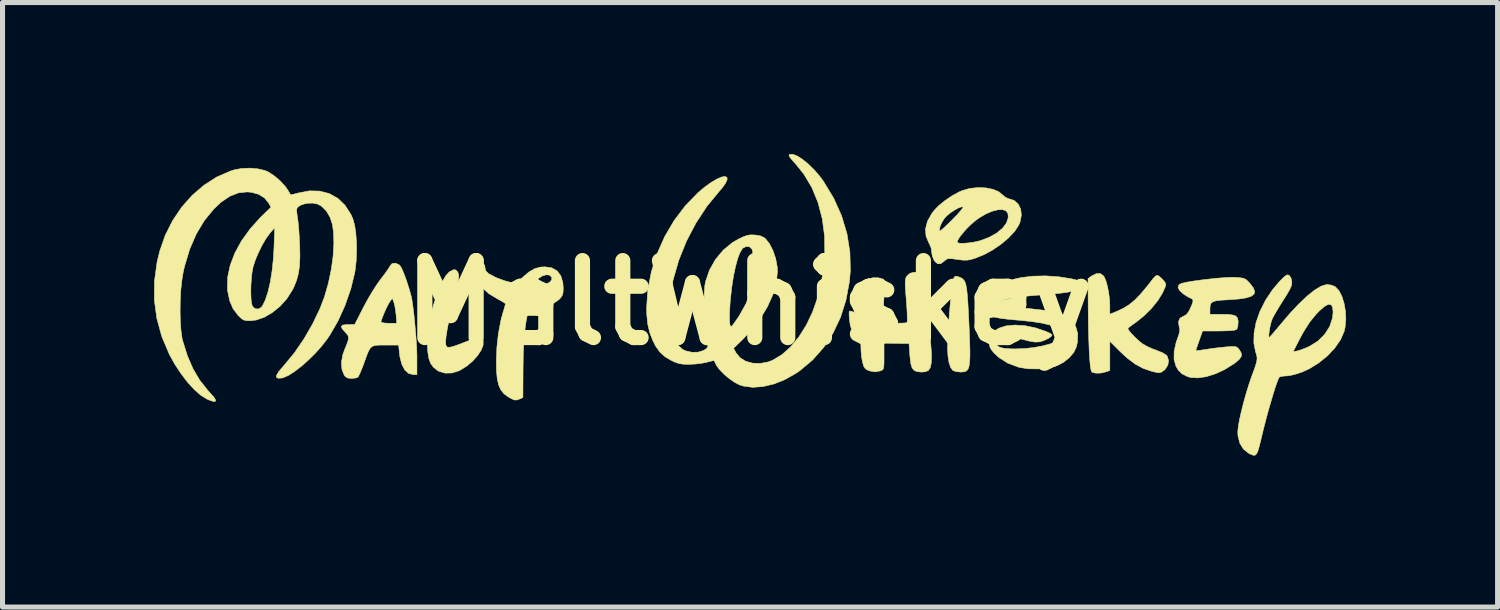
<source format=kicad_pcb>
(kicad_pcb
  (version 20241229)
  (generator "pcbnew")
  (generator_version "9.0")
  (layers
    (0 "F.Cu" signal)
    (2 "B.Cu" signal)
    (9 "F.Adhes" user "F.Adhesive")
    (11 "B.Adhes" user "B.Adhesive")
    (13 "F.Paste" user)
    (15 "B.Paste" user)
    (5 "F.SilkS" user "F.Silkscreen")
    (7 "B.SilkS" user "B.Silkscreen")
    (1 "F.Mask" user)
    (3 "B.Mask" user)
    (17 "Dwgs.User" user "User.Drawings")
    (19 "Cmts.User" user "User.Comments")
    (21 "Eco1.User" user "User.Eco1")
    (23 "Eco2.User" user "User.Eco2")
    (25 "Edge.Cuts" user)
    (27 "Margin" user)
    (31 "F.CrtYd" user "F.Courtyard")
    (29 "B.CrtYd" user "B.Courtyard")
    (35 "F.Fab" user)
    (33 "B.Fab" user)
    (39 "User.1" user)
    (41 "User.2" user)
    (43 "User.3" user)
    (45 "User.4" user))
  (footprint "MaltWhiskey"
    (layer "F.Cu")
    (at 11.782 2.943)
    (property "Reference" "MaltWhiskey" (at 0 0 0) (layer "F.SilkS") (effects (font (size 1.524 1.524) (thickness 0.3))))
    (attr through_hole)
    (fp_poly (pts (xy 4.177 -0.501) (xy 4.215 -0.48) (xy 4.246 -0.451) (xy 4.27 -0.41) (xy 4.289 -0.351) (xy 4.304 -0.267) (xy 4.316 -0.152) (xy 4.327 -0.002) (xy 4.338 0.191) (xy 4.343 0.292) (xy 4.355 0.554) (xy 4.363 0.77) (xy 4.368 0.945) (xy 4.367 1.081) (xy 4.361 1.186) (xy 4.349 1.261) (xy 4.33 1.313) (xy 4.303 1.346) (xy 4.269 1.363) (xy 4.225 1.37) (xy 4.182 1.372) (xy 4.103 1.364) (xy 4.04 1.345) (xy 4.028 1.338) (xy 3.986 1.281) (xy 3.954 1.184) (xy 3.933 1.055) (xy 3.925 0.906) (xy 3.926 0.851) (xy 3.935 0.632) (xy 3.947 0.416) (xy 3.962 0.207) (xy 3.979 0.013) (xy 3.996 -0.161) (xy 4.015 -0.307) (xy 4.033 -0.42) (xy 4.051 -0.493) (xy 4.063 -0.517) (xy 4.105 -0.526) (xy 4.177 -0.501)) (stroke (width 0.01) (type solid)) (fill yes) (layer "F.SilkS"))
    (fp_poly (pts (xy -5.799 -0.639) (xy -5.78 -0.62) (xy -5.759 -0.582) (xy -5.751 -0.522) (xy -5.758 -0.434) (xy -5.78 -0.312) (xy -5.818 -0.152) (xy -5.858 0) (xy -5.908 0.195) (xy -5.95 0.378) (xy -5.982 0.541) (xy -6.003 0.677) (xy -6.011 0.779) (xy -6.007 0.833) (xy -5.994 0.865) (xy -5.969 0.881) (xy -5.926 0.881) (xy -5.857 0.864) (xy -5.754 0.828) (xy -5.62 0.776) (xy -5.488 0.726) (xy -5.395 0.697) (xy -5.333 0.689) (xy -5.295 0.701) (xy -5.273 0.733) (xy -5.267 0.754) (xy -5.269 0.841) (xy -5.31 0.943) (xy -5.382 1.051) (xy -5.479 1.158) (xy -5.594 1.255) (xy -5.72 1.333) (xy -5.753 1.349) (xy -5.887 1.39) (xy -6.021 1.393) (xy -6.139 1.359) (xy -6.173 1.34) (xy -6.252 1.276) (xy -6.307 1.202) (xy -6.342 1.106) (xy -6.363 0.979) (xy -6.372 0.843) (xy -6.373 0.683) (xy -6.365 0.537) (xy -6.343 0.393) (xy -6.306 0.234) (xy -6.252 0.047) (xy -6.235 -0.006) (xy -6.156 -0.232) (xy -6.081 -0.408) (xy -6.009 -0.534) (xy -5.94 -0.609) (xy -5.919 -0.622) (xy -5.86 -0.651) (xy -5.827 -0.656) (xy -5.799 -0.639)) (stroke (width 0.01) (type solid)) (fill yes) (layer "F.SilkS"))
    (fp_poly (pts (xy 6.951 -0.577) (xy 7.014 -0.53) (xy 7.022 -0.519) (xy 7.058 -0.44) (xy 7.09 -0.325) (xy 7.116 -0.188) (xy 7.133 -0.046) (xy 7.137 0.056) (xy 7.137 0.226) (xy 7.271 0.172) (xy 7.402 0.111) (xy 7.52 0.038) (xy 7.632 -0.054) (xy 7.748 -0.174) (xy 7.877 -0.328) (xy 7.934 -0.401) (xy 7.996 -0.481) (xy 8.037 -0.525) (xy 8.067 -0.542) (xy 8.093 -0.537) (xy 8.111 -0.526) (xy 8.166 -0.479) (xy 8.213 -0.426) (xy 8.236 -0.391) (xy 8.245 -0.361) (xy 8.237 -0.321) (xy 8.21 -0.259) (xy 8.176 -0.187) (xy 8.087 -0.043) (xy 7.964 0.109) (xy 7.817 0.255) (xy 7.659 0.383) (xy 7.626 0.406) (xy 7.557 0.455) (xy 7.509 0.493) (xy 7.494 0.51) (xy 7.51 0.543) (xy 7.555 0.599) (xy 7.618 0.666) (xy 7.688 0.733) (xy 7.756 0.791) (xy 7.784 0.812) (xy 7.868 0.861) (xy 7.975 0.91) (xy 8.064 0.943) (xy 8.179 0.989) (xy 8.254 1.037) (xy 8.273 1.058) (xy 8.3 1.143) (xy 8.286 1.234) (xy 8.234 1.316) (xy 8.204 1.342) (xy 8.161 1.372) (xy 8.123 1.385) (xy 8.075 1.382) (xy 8 1.365) (xy 7.969 1.358) (xy 7.799 1.3) (xy 7.639 1.214) (xy 7.478 1.093) (xy 7.336 0.961) (xy 7.137 0.762) (xy 7.137 1.341) (xy 7.057 1.369) (xy 6.958 1.392) (xy 6.861 1.394) (xy 6.788 1.376) (xy 6.782 1.372) (xy 6.766 1.336) (xy 6.751 1.251) (xy 6.739 1.118) (xy 6.728 0.938) (xy 6.72 0.714) (xy 6.713 0.446) (xy 6.709 0.135) (xy 6.708 -0.017) (xy 6.706 -0.479) (xy 6.779 -0.532) (xy 6.871 -0.577) (xy 6.951 -0.577)) (stroke (width 0.01) (type solid)) (fill yes) (layer "F.SilkS"))
    (fp_poly (pts (xy -5.257 -0.773) (xy -5.235 -0.728) (xy -5.232 -0.693) (xy -5.216 -0.63) (xy -5.16 -0.577) (xy -5.15 -0.57) (xy -5.008 -0.496) (xy -4.839 -0.434) (xy -4.733 -0.406) (xy -4.617 -0.379) (xy -4.48 -0.508) (xy -4.359 -0.611) (xy -4.247 -0.675) (xy -4.133 -0.706) (xy -4.046 -0.711) (xy -3.909 -0.691) (xy -3.803 -0.63) (xy -3.73 -0.532) (xy -3.69 -0.397) (xy -3.683 -0.292) (xy -3.686 -0.204) (xy -3.702 -0.146) (xy -3.736 -0.095) (xy -3.767 -0.063) (xy -3.87 0.01) (xy -4.006 0.066) (xy -4.159 0.097) (xy -4.244 0.102) (xy -4.365 0.102) (xy -4.39 0.222) (xy -4.423 0.397) (xy -4.447 0.583) (xy -4.464 0.79) (xy -4.474 1.026) (xy -4.478 1.303) (xy -4.478 1.325) (xy -4.481 1.876) (xy -4.54 1.903) (xy -4.597 1.924) (xy -4.646 1.925) (xy -4.705 1.901) (xy -4.769 1.865) (xy -4.853 1.804) (xy -4.916 1.728) (xy -4.96 1.631) (xy -4.989 1.506) (xy -5.004 1.346) (xy -5.007 1.148) (xy -4.996 0.883) (xy -4.967 0.617) (xy -4.921 0.369) (xy -4.874 0.191) (xy -4.849 0.108) (xy -4.832 0.046) (xy -4.826 0.021) (xy -4.847 0.002) (xy -4.902 -0.032) (xy -4.98 -0.074) (xy -4.985 -0.077) (xy -5.148 -0.175) (xy -5.274 -0.284) (xy -5.327 -0.357) (xy -4.242 -0.357) (xy -4.22 -0.336) (xy -4.165 -0.332) (xy -4.092 -0.343) (xy -4.047 -0.357) (xy -3.954 -0.404) (xy -3.909 -0.456) (xy -3.913 -0.511) (xy -3.913 -0.511) (xy -3.957 -0.548) (xy -4.022 -0.553) (xy -4.096 -0.531) (xy -4.165 -0.488) (xy -4.218 -0.431) (xy -4.242 -0.365) (xy -4.242 -0.357) (xy -5.327 -0.357) (xy -5.359 -0.4) (xy -5.401 -0.519) (xy -5.399 -0.618) (xy -5.372 -0.7) (xy -5.334 -0.756) (xy -5.292 -0.781) (xy -5.257 -0.773)) (stroke (width 0.01) (type solid)) (fill yes) (layer "F.SilkS"))
    (fp_poly (pts (xy -6.939 -0.756) (xy -6.916 -0.738) (xy -6.889 -0.696) (xy -6.852 -0.615) (xy -6.81 -0.507) (xy -6.767 -0.382) (xy -6.726 -0.252) (xy -6.692 -0.127) (xy -6.675 -0.041) (xy -6.657 0.085) (xy -6.638 0.239) (xy -6.621 0.411) (xy -6.605 0.589) (xy -6.592 0.762) (xy -6.583 0.92) (xy -6.579 1.05) (xy -6.579 1.073) (xy -6.579 1.422) (xy -6.655 1.422) (xy -6.745 1.398) (xy -6.82 1.329) (xy -6.878 1.218) (xy -6.916 1.07) (xy -6.924 1.007) (xy -6.941 0.838) (xy -7.204 0.838) (xy -7.316 0.838) (xy -7.397 0.843) (xy -7.456 0.86) (xy -7.5 0.895) (xy -7.537 0.956) (xy -7.575 1.05) (xy -7.623 1.183) (xy -7.63 1.205) (xy -7.671 1.311) (xy -7.708 1.399) (xy -7.738 1.459) (xy -7.753 1.477) (xy -7.798 1.491) (xy -7.868 1.498) (xy -7.88 1.498) (xy -7.954 1.489) (xy -8.003 1.453) (xy -8.018 1.433) (xy -8.063 1.32) (xy -8.073 1.182) (xy -8.047 1.031) (xy -8.014 0.938) (xy -7.967 0.823) (xy -7.94 0.744) (xy -7.933 0.688) (xy -7.945 0.646) (xy -7.976 0.606) (xy -7.998 0.583) (xy -8.059 0.514) (xy -8.076 0.468) (xy -8.047 0.442) (xy -7.971 0.432) (xy -7.944 0.432) (xy -7.811 0.431) (xy -7.785 0.381) (xy -7.29 0.381) (xy -7.267 0.394) (xy -7.206 0.403) (xy -7.134 0.406) (xy -6.978 0.406) (xy -6.992 0.235) (xy -7.004 0.134) (xy -7.021 0.042) (xy -7.036 -0.012) (xy -7.065 -0.088) (xy -7.113 -0.025) (xy -7.144 0.026) (xy -7.184 0.105) (xy -7.225 0.196) (xy -7.26 0.283) (xy -7.284 0.351) (xy -7.29 0.381) (xy -7.785 0.381) (xy -7.634 0.084) (xy -7.545 -0.08) (xy -7.45 -0.24) (xy -7.358 -0.381) (xy -7.295 -0.468) (xy -7.224 -0.56) (xy -7.164 -0.644) (xy -7.123 -0.706) (xy -7.11 -0.73) (xy -7.07 -0.776) (xy -7.008 -0.785) (xy -6.939 -0.756)) (stroke (width 0.01) (type solid)) (fill yes) (layer "F.SilkS"))
    (fp_poly (pts (xy 3.386 -0.594) (xy 3.493 -0.571) (xy 3.523 -0.014) (xy 3.534 0.162) (xy 3.545 0.331) (xy 3.557 0.485) (xy 3.568 0.611) (xy 3.578 0.699) (xy 3.58 0.715) (xy 3.594 0.835) (xy 3.604 0.972) (xy 3.607 1.072) (xy 3.601 1.203) (xy 3.581 1.29) (xy 3.542 1.343) (xy 3.479 1.367) (xy 3.418 1.372) (xy 3.328 1.365) (xy 3.265 1.34) (xy 3.223 1.289) (xy 3.197 1.204) (xy 3.182 1.078) (xy 3.179 1.045) (xy 3.162 0.808) (xy 2.667 0.8) (xy 2.667 1.061) (xy 2.667 1.179) (xy 2.664 1.255) (xy 2.656 1.301) (xy 2.641 1.326) (xy 2.617 1.341) (xy 2.602 1.347) (xy 2.491 1.369) (xy 2.379 1.348) (xy 2.348 1.336) (xy 2.299 1.306) (xy 2.267 1.26) (xy 2.243 1.181) (xy 2.24 1.17) (xy 2.223 1.068) (xy 2.212 0.948) (xy 2.21 0.875) (xy 2.208 0.785) (xy 2.197 0.726) (xy 2.17 0.68) (xy 2.12 0.628) (xy 2.108 0.617) (xy 2.051 0.56) (xy 2.018 0.508) (xy 1.999 0.442) (xy 1.985 0.348) (xy 1.977 0.26) (xy 1.976 0.194) (xy 1.983 0.164) (xy 1.983 0.164) (xy 2.015 0.167) (xy 2.076 0.187) (xy 2.112 0.202) (xy 2.223 0.252) (xy 2.239 0.094) (xy 2.248 -0.018) (xy 2.255 -0.149) (xy 2.258 -0.249) (xy 2.261 -0.434) (xy 2.353 -0.473) (xy 2.449 -0.495) (xy 2.556 -0.494) (xy 2.646 -0.469) (xy 2.66 -0.461) (xy 2.671 -0.442) (xy 2.677 -0.396) (xy 2.678 -0.318) (xy 2.673 -0.201) (xy 2.663 -0.042) (xy 2.655 0.096) (xy 2.65 0.215) (xy 2.649 0.307) (xy 2.651 0.364) (xy 2.654 0.376) (xy 2.688 0.387) (xy 2.757 0.395) (xy 2.848 0.401) (xy 2.944 0.403) (xy 3.032 0.403) (xy 3.097 0.398) (xy 3.123 0.39) (xy 3.127 0.359) (xy 3.127 0.285) (xy 3.124 0.18) (xy 3.116 0.05) (xy 3.109 -0.047) (xy 3.096 -0.203) (xy 3.089 -0.317) (xy 3.087 -0.397) (xy 3.09 -0.452) (xy 3.098 -0.489) (xy 3.112 -0.518) (xy 3.115 -0.523) (xy 3.18 -0.583) (xy 3.272 -0.606) (xy 3.386 -0.594)) (stroke (width 0.01) (type solid)) (fill yes) (layer "F.SilkS"))
    (fp_poly (pts (xy 9.616 -0.502) (xy 9.717 -0.495) (xy 9.782 -0.484) (xy 9.829 -0.463) (xy 9.871 -0.425) (xy 9.913 -0.38) (xy 9.977 -0.295) (xy 10.004 -0.225) (xy 9.991 -0.17) (xy 9.935 -0.128) (xy 9.835 -0.096) (xy 9.69 -0.074) (xy 9.496 -0.06) (xy 9.487 -0.059) (xy 9.343 -0.051) (xy 9.242 -0.039) (xy 9.177 -0.02) (xy 9.14 0.011) (xy 9.123 0.057) (xy 9.119 0.123) (xy 9.119 0.132) (xy 9.119 0.229) (xy 9.333 0.229) (xy 9.472 0.231) (xy 9.569 0.242) (xy 9.63 0.263) (xy 9.663 0.299) (xy 9.676 0.354) (xy 9.677 0.388) (xy 9.671 0.463) (xy 9.654 0.518) (xy 9.647 0.528) (xy 9.605 0.543) (xy 9.515 0.553) (xy 9.376 0.558) (xy 9.295 0.559) (xy 8.973 0.559) (xy 8.906 0.747) (xy 8.875 0.837) (xy 8.851 0.907) (xy 8.84 0.944) (xy 8.839 0.946) (xy 8.862 0.948) (xy 8.923 0.941) (xy 9.009 0.928) (xy 9.03 0.925) (xy 9.154 0.906) (xy 9.299 0.888) (xy 9.431 0.875) (xy 9.432 0.874) (xy 9.535 0.867) (xy 9.601 0.866) (xy 9.642 0.874) (xy 9.671 0.895) (xy 9.7 0.929) (xy 9.739 0.994) (xy 9.743 1.053) (xy 9.707 1.112) (xy 9.63 1.181) (xy 9.588 1.211) (xy 9.409 1.322) (xy 9.226 1.407) (xy 9.046 1.463) (xy 8.88 1.488) (xy 8.736 1.479) (xy 8.679 1.463) (xy 8.568 1.408) (xy 8.491 1.332) (xy 8.445 1.253) (xy 8.408 1.12) (xy 8.41 0.962) (xy 8.449 0.787) (xy 8.47 0.727) (xy 8.504 0.63) (xy 8.52 0.563) (xy 8.519 0.51) (xy 8.508 0.468) (xy 8.496 0.375) (xy 8.526 0.305) (xy 8.597 0.265) (xy 8.601 0.264) (xy 8.653 0.234) (xy 8.702 0.168) (xy 8.727 0.117) (xy 8.768 0.025) (xy 8.784 -0.033) (xy 8.777 -0.067) (xy 8.748 -0.086) (xy 8.74 -0.088) (xy 8.692 -0.112) (xy 8.623 -0.154) (xy 8.586 -0.18) (xy 8.515 -0.246) (xy 8.487 -0.306) (xy 8.504 -0.355) (xy 8.56 -0.385) (xy 8.655 -0.406) (xy 8.788 -0.429) (xy 8.944 -0.45) (xy 9.111 -0.47) (xy 9.276 -0.487) (xy 9.426 -0.498) (xy 9.549 -0.503) (xy 9.616 -0.502)) (stroke (width 0.01) (type solid)) (fill yes) (layer "F.SilkS"))
    (fp_poly (pts (xy 4.68 -2.274) (xy 4.822 -2.246) (xy 4.939 -2.197) (xy 5.008 -2.14) (xy 5.066 -2.09) (xy 5.127 -2.062) (xy 5.131 -2.062) (xy 5.243 -2.025) (xy 5.324 -1.953) (xy 5.373 -1.853) (xy 5.386 -1.733) (xy 5.36 -1.6) (xy 5.333 -1.535) (xy 5.254 -1.414) (xy 5.135 -1.287) (xy 4.988 -1.162) (xy 4.821 -1.048) (xy 4.646 -0.952) (xy 4.476 -0.883) (xy 4.384 -0.855) (xy 4.311 -0.843) (xy 4.234 -0.843) (xy 4.131 -0.855) (xy 4.118 -0.857) (xy 4.019 -0.871) (xy 3.957 -0.874) (xy 3.916 -0.867) (xy 3.884 -0.846) (xy 3.859 -0.824) (xy 3.789 -0.773) (xy 3.729 -0.771) (xy 3.675 -0.817) (xy 3.657 -0.845) (xy 3.623 -0.922) (xy 3.611 -0.999) (xy 3.611 -1.004) (xy 3.6 -1.084) (xy 3.562 -1.172) (xy 3.559 -1.177) (xy 3.552 -1.191) (xy 4.117 -1.191) (xy 4.12 -1.189) (xy 4.167 -1.178) (xy 4.249 -1.177) (xy 4.351 -1.186) (xy 4.461 -1.203) (xy 4.562 -1.226) (xy 4.575 -1.23) (xy 4.751 -1.297) (xy 4.898 -1.38) (xy 5.013 -1.475) (xy 5.091 -1.578) (xy 5.126 -1.683) (xy 5.121 -1.764) (xy 5.084 -1.818) (xy 5.015 -1.843) (xy 4.92 -1.84) (xy 4.806 -1.811) (xy 4.681 -1.757) (xy 4.551 -1.681) (xy 4.455 -1.609) (xy 4.367 -1.531) (xy 4.284 -1.446) (xy 4.211 -1.361) (xy 4.154 -1.285) (xy 4.121 -1.226) (xy 4.117 -1.191) (xy 3.552 -1.191) (xy 3.499 -1.316) (xy 3.488 -1.455) (xy 3.763 -1.455) (xy 3.769 -1.425) (xy 3.776 -1.422) (xy 3.801 -1.439) (xy 3.855 -1.486) (xy 3.928 -1.555) (xy 4.015 -1.64) (xy 4.025 -1.65) (xy 4.109 -1.737) (xy 4.176 -1.812) (xy 4.22 -1.867) (xy 4.235 -1.894) (xy 4.234 -1.896) (xy 4.199 -1.898) (xy 4.137 -1.875) (xy 4.06 -1.833) (xy 3.98 -1.779) (xy 3.909 -1.721) (xy 3.859 -1.666) (xy 3.857 -1.663) (xy 3.811 -1.587) (xy 3.778 -1.513) (xy 3.763 -1.455) (xy 3.488 -1.455) (xy 3.488 -1.459) (xy 3.526 -1.61) (xy 3.614 -1.767) (xy 3.658 -1.826) (xy 3.748 -1.92) (xy 3.871 -2.02) (xy 4.009 -2.114) (xy 4.146 -2.19) (xy 4.215 -2.22) (xy 4.365 -2.263) (xy 4.524 -2.28) (xy 4.68 -2.274)) (stroke (width 0.01) (type solid)) (fill yes) (layer "F.SilkS"))
    (fp_poly (pts (xy 6.127 -0.514) (xy 6.373 -0.475) (xy 6.458 -0.455) (xy 6.523 -0.431) (xy 6.55 -0.398) (xy 6.553 -0.371) (xy 6.547 -0.326) (xy 6.524 -0.289) (xy 6.48 -0.258) (xy 6.41 -0.232) (xy 6.31 -0.21) (xy 6.174 -0.191) (xy 5.997 -0.173) (xy 5.776 -0.155) (xy 5.728 -0.152) (xy 5.535 -0.135) (xy 5.36 -0.116) (xy 5.209 -0.094) (xy 5.089 -0.07) (xy 5.006 -0.047) (xy 4.972 -0.029) (xy 4.977 -0.007) (xy 5.024 0.018) (xy 5.105 0.044) (xy 5.213 0.07) (xy 5.339 0.092) (xy 5.422 0.103) (xy 5.56 0.118) (xy 5.711 0.135) (xy 5.846 0.15) (xy 5.861 0.152) (xy 6.075 0.192) (xy 6.247 0.257) (xy 6.375 0.349) (xy 6.46 0.465) (xy 6.501 0.606) (xy 6.497 0.771) (xy 6.474 0.876) (xy 6.424 0.982) (xy 6.336 1.086) (xy 6.223 1.177) (xy 6.1 1.242) (xy 6.072 1.252) (xy 5.902 1.291) (xy 5.712 1.31) (xy 5.522 1.307) (xy 5.354 1.281) (xy 5.334 1.276) (xy 5.116 1.195) (xy 4.936 1.08) (xy 4.843 0.992) (xy 4.786 0.921) (xy 4.758 0.86) (xy 4.75 0.785) (xy 4.75 0.773) (xy 4.757 0.687) (xy 4.787 0.624) (xy 4.822 0.584) (xy 4.934 0.506) (xy 5.081 0.458) (xy 5.255 0.441) (xy 5.451 0.453) (xy 5.661 0.496) (xy 5.861 0.563) (xy 5.934 0.595) (xy 5.982 0.624) (xy 5.994 0.638) (xy 5.972 0.67) (xy 5.917 0.708) (xy 5.842 0.744) (xy 5.763 0.77) (xy 5.737 0.775) (xy 5.655 0.778) (xy 5.545 0.76) (xy 5.413 0.726) (xy 5.225 0.68) (xy 5.078 0.661) (xy 4.97 0.669) (xy 4.904 0.704) (xy 4.88 0.765) (xy 4.881 0.792) (xy 4.903 0.843) (xy 4.954 0.879) (xy 5.042 0.902) (xy 5.17 0.912) (xy 5.262 0.914) (xy 5.447 0.907) (xy 5.629 0.887) (xy 5.8 0.856) (xy 5.951 0.816) (xy 6.074 0.769) (xy 6.162 0.717) (xy 6.205 0.668) (xy 6.219 0.62) (xy 6.205 0.583) (xy 6.165 0.544) (xy 6.079 0.489) (xy 5.957 0.442) (xy 5.796 0.404) (xy 5.592 0.372) (xy 5.342 0.346) (xy 5.322 0.345) (xy 5.117 0.326) (xy 4.957 0.305) (xy 4.838 0.281) (xy 4.753 0.249) (xy 4.697 0.208) (xy 4.664 0.155) (xy 4.65 0.088) (xy 4.648 0.039) (xy 4.672 -0.093) (xy 4.745 -0.21) (xy 4.863 -0.311) (xy 5.028 -0.397) (xy 5.238 -0.466) (xy 5.381 -0.498) (xy 5.611 -0.526) (xy 5.866 -0.532) (xy 6.127 -0.514)) (stroke (width 0.01) (type solid)) (fill yes) (layer "F.SilkS"))
    (fp_poly (pts (xy 10.679 -0.547) (xy 10.685 -0.544) (xy 10.722 -0.495) (xy 10.739 -0.421) (xy 10.739 -0.375) (xy 10.727 -0.325) (xy 10.698 -0.262) (xy 10.649 -0.176) (xy 10.576 -0.059) (xy 10.573 -0.055) (xy 10.502 0.058) (xy 10.436 0.167) (xy 10.384 0.258) (xy 10.353 0.317) (xy 10.331 0.38) (xy 10.311 0.461) (xy 10.295 0.546) (xy 10.286 0.621) (xy 10.285 0.672) (xy 10.293 0.686) (xy 10.313 0.667) (xy 10.358 0.617) (xy 10.422 0.542) (xy 10.499 0.45) (xy 10.509 0.438) (xy 10.703 0.21) (xy 10.884 0.018) (xy 11.047 -0.136) (xy 11.192 -0.252) (xy 11.317 -0.327) (xy 11.419 -0.359) (xy 11.441 -0.361) (xy 11.523 -0.349) (xy 11.596 -0.319) (xy 11.598 -0.318) (xy 11.67 -0.244) (xy 11.729 -0.132) (xy 11.773 0.008) (xy 11.801 0.164) (xy 11.809 0.325) (xy 11.795 0.481) (xy 11.776 0.566) (xy 11.705 0.73) (xy 11.592 0.894) (xy 11.446 1.05) (xy 11.274 1.19) (xy 11.085 1.307) (xy 10.942 1.372) (xy 10.834 1.408) (xy 10.729 1.435) (xy 10.647 1.448) (xy 10.637 1.448) (xy 10.561 1.453) (xy 10.504 1.466) (xy 10.494 1.47) (xy 10.475 1.502) (xy 10.446 1.577) (xy 10.408 1.686) (xy 10.365 1.825) (xy 10.318 1.985) (xy 10.268 2.159) (xy 10.219 2.342) (xy 10.172 2.525) (xy 10.135 2.68) (xy 10.1 2.824) (xy 10.072 2.925) (xy 10.045 2.987) (xy 10.015 3.017) (xy 9.977 3.019) (xy 9.927 3) (xy 9.88 2.976) (xy 9.78 2.895) (xy 9.71 2.779) (xy 9.674 2.637) (xy 9.67 2.553) (xy 9.68 2.451) (xy 9.705 2.311) (xy 9.742 2.146) (xy 9.788 1.965) (xy 9.84 1.78) (xy 9.896 1.601) (xy 9.944 1.46) (xy 9.994 1.325) (xy 10.027 1.227) (xy 10.046 1.156) (xy 10.052 1.101) (xy 10.047 1.053) (xy 10.032 1.001) (xy 10.023 0.974) (xy 10.022 0.971) (xy 10.764 0.971) (xy 10.849 0.953) (xy 10.917 0.933) (xy 11.009 0.898) (xy 11.092 0.861) (xy 11.257 0.758) (xy 11.391 0.625) (xy 11.489 0.471) (xy 11.545 0.302) (xy 11.557 0.18) (xy 11.546 0.086) (xy 11.515 0.037) (xy 11.462 0.032) (xy 11.387 0.072) (xy 11.289 0.157) (xy 11.222 0.226) (xy 11.095 0.381) (xy 10.975 0.569) (xy 10.911 0.686) (xy 10.764 0.971) (xy 10.022 0.971) (xy 9.988 0.797) (xy 9.992 0.599) (xy 10.033 0.387) (xy 10.109 0.17) (xy 10.217 -0.046) (xy 10.354 -0.253) (xy 10.49 -0.414) (xy 10.565 -0.491) (xy 10.616 -0.535) (xy 10.651 -0.552) (xy 10.679 -0.547)) (stroke (width 0.01) (type solid)) (fill yes) (layer "F.SilkS"))
    (fp_poly (pts (xy -9.727 -2.651) (xy -9.587 -2.618) (xy -9.529 -2.593) (xy -9.41 -2.517) (xy -9.29 -2.416) (xy -9.189 -2.307) (xy -9.14 -2.238) (xy -9.104 -2.18) (xy -9.082 -2.143) (xy -9.079 -2.138) (xy -9.054 -2.141) (xy -8.994 -2.155) (xy -8.93 -2.172) (xy -8.708 -2.215) (xy -8.5 -2.21) (xy -8.311 -2.16) (xy -8.144 -2.066) (xy -8.002 -1.929) (xy -7.887 -1.751) (xy -7.846 -1.658) (xy -7.813 -1.539) (xy -7.789 -1.383) (xy -7.776 -1.203) (xy -7.774 -1.01) (xy -7.782 -0.82) (xy -7.802 -0.643) (xy -7.81 -0.595) (xy -7.888 -0.275) (xy -8 0.048) (xy -8.14 0.358) (xy -8.302 0.639) (xy -8.351 0.711) (xy -8.462 0.855) (xy -8.59 0.999) (xy -8.728 1.135) (xy -8.867 1.258) (xy -9.001 1.361) (xy -9.123 1.439) (xy -9.225 1.483) (xy -9.253 1.49) (xy -9.326 1.494) (xy -9.36 1.476) (xy -9.356 1.433) (xy -9.313 1.363) (xy -9.231 1.264) (xy -9.208 1.239) (xy -9.007 0.995) (xy -8.815 0.716) (xy -8.642 0.416) (xy -8.497 0.113) (xy -8.408 -0.121) (xy -8.332 -0.385) (xy -8.275 -0.656) (xy -8.238 -0.924) (xy -8.223 -1.177) (xy -8.231 -1.404) (xy -8.253 -1.556) (xy -8.301 -1.698) (xy -8.375 -1.82) (xy -8.468 -1.912) (xy -8.54 -1.952) (xy -8.645 -1.973) (xy -8.761 -1.968) (xy -8.865 -1.939) (xy -8.917 -1.909) (xy -8.945 -1.882) (xy -8.959 -1.852) (xy -8.959 -1.804) (xy -8.949 -1.725) (xy -8.943 -1.688) (xy -8.931 -1.597) (xy -8.919 -1.47) (xy -8.909 -1.322) (xy -8.901 -1.169) (xy -8.899 -1.13) (xy -8.895 -0.912) (xy -8.903 -0.733) (xy -8.924 -0.581) (xy -8.961 -0.444) (xy -9.015 -0.31) (xy -9.049 -0.244) (xy -9.156 -0.077) (xy -9.29 0.071) (xy -9.441 0.194) (xy -9.601 0.287) (xy -9.761 0.342) (xy -9.876 0.356) (xy -9.957 0.353) (xy -10.013 0.339) (xy -10.063 0.304) (xy -10.123 0.244) (xy -10.22 0.115) (xy -10.286 -0.041) (xy -10.32 -0.206) (xy -9.867 -0.206) (xy -9.863 -0.084) (xy -9.852 0.013) (xy -9.835 0.07) (xy -9.784 0.117) (xy -9.719 0.124) (xy -9.659 0.091) (xy -9.641 0.069) (xy -9.581 -0.051) (xy -9.527 -0.214) (xy -9.481 -0.413) (xy -9.445 -0.641) (xy -9.419 -0.89) (xy -9.408 -1.092) (xy -9.394 -1.486) (xy -9.484 -1.384) (xy -9.56 -1.282) (xy -9.64 -1.146) (xy -9.716 -0.993) (xy -9.78 -0.84) (xy -9.822 -0.711) (xy -9.842 -0.607) (xy -9.856 -0.48) (xy -9.865 -0.342) (xy -9.867 -0.206) (xy -10.32 -0.206) (xy -10.325 -0.231) (xy -10.33 -0.282) (xy -10.325 -0.507) (xy -10.275 -0.742) (xy -10.183 -0.984) (xy -10.05 -1.227) (xy -9.879 -1.464) (xy -9.674 -1.692) (xy -9.639 -1.726) (xy -9.468 -1.89) (xy -9.514 -1.975) (xy -9.596 -2.075) (xy -9.713 -2.147) (xy -9.858 -2.187) (xy -9.939 -2.194) (xy -10.113 -2.175) (xy -10.282 -2.109) (xy -10.451 -1.995) (xy -10.601 -1.855) (xy -10.789 -1.624) (xy -10.946 -1.362) (xy -11.075 -1.065) (xy -11.177 -0.729) (xy -11.206 -0.603) (xy -11.233 -0.44) (xy -11.253 -0.249) (xy -11.264 -0.042) (xy -11.267 0.169) (xy -11.262 0.372) (xy -11.249 0.553) (xy -11.228 0.702) (xy -11.217 0.749) (xy -11.123 1.049) (xy -11.011 1.308) (xy -10.877 1.535) (xy -10.716 1.738) (xy -10.679 1.778) (xy -10.601 1.866) (xy -10.564 1.925) (xy -10.569 1.953) (xy -10.615 1.952) (xy -10.702 1.922) (xy -10.736 1.906) (xy -10.855 1.833) (xy -10.985 1.719) (xy -11.119 1.573) (xy -11.251 1.4) (xy -11.376 1.21) (xy -11.481 1.019) (xy -11.63 0.667) (xy -11.728 0.307) (xy -11.777 -0.058) (xy -11.774 -0.43) (xy -11.722 -0.808) (xy -11.669 -1.026) (xy -11.561 -1.336) (xy -11.415 -1.626) (xy -11.236 -1.891) (xy -11.029 -2.125) (xy -10.796 -2.326) (xy -10.544 -2.488) (xy -10.275 -2.605) (xy -10.199 -2.63) (xy -10.05 -2.658) (xy -9.887 -2.665) (xy -9.727 -2.651)) (stroke (width 0.01) (type solid)) (fill yes) (layer "F.SilkS"))
    (fp_poly (pts (xy 0.956 -2.902) (xy 1.06 -2.834) (xy 1.173 -2.741) (xy 1.289 -2.627) (xy 1.399 -2.498) (xy 1.468 -2.405) (xy 1.671 -2.069) (xy 1.827 -1.721) (xy 1.934 -1.364) (xy 1.992 -1.001) (xy 2.001 -0.634) (xy 1.982 -0.417) (xy 1.914 -0.052) (xy 1.806 0.289) (xy 1.658 0.601) (xy 1.474 0.883) (xy 1.254 1.132) (xy 1 1.345) (xy 0.924 1.397) (xy 0.707 1.52) (xy 0.487 1.608) (xy 0.27 1.659) (xy 0.066 1.674) (xy -0.12 1.649) (xy -0.198 1.624) (xy -0.293 1.574) (xy -0.398 1.5) (xy -0.501 1.413) (xy -0.589 1.323) (xy -0.648 1.243) (xy -0.66 1.219) (xy -0.684 1.167) (xy -0.7 1.143) (xy -0.7 1.143) (xy -0.727 1.149) (xy -0.789 1.164) (xy -0.855 1.181) (xy -0.958 1.201) (xy -1.083 1.214) (xy -1.195 1.219) (xy -1.309 1.216) (xy -1.395 1.202) (xy -1.478 1.173) (xy -1.544 1.142) (xy -1.669 1.068) (xy -1.766 0.98) (xy -1.848 0.867) (xy -1.909 0.749) (xy -1.971 0.59) (xy -2.01 0.423) (xy -2.029 0.233) (xy -2.032 0.104) (xy -2.008 -0.255) (xy -1.938 -0.615) (xy -1.826 -0.967) (xy -1.676 -1.306) (xy -1.489 -1.625) (xy -1.27 -1.915) (xy -1.022 -2.172) (xy -0.891 -2.283) (xy -0.753 -2.383) (xy -0.636 -2.451) (xy -0.543 -2.49) (xy -0.477 -2.5) (xy -0.441 -2.481) (xy -0.439 -2.434) (xy -0.473 -2.361) (xy -0.546 -2.261) (xy -0.594 -2.207) (xy -0.838 -1.91) (xy -1.057 -1.576) (xy -1.245 -1.217) (xy -1.396 -0.841) (xy -1.506 -0.46) (xy -1.515 -0.419) (xy -1.537 -0.287) (xy -1.554 -0.129) (xy -1.565 0.041) (xy -1.57 0.211) (xy -1.568 0.365) (xy -1.559 0.49) (xy -1.552 0.537) (xy -1.499 0.703) (xy -1.42 0.833) (xy -1.318 0.924) (xy -1.261 0.952) (xy -1.139 0.98) (xy -1.015 0.978) (xy -0.907 0.946) (xy -0.862 0.918) (xy -0.837 0.897) (xy -0.823 0.873) (xy -0.819 0.837) (xy -0.825 0.777) (xy -0.84 0.683) (xy -0.85 0.625) (xy -0.869 0.478) (xy -0.88 0.352) (xy -0.392 0.352) (xy -0.383 0.436) (xy -0.364 0.469) (xy -0.35 0.466) (xy -0.326 0.439) (xy -0.282 0.38) (xy -0.227 0.3) (xy -0.202 0.263) (xy -0.064 0.016) (xy 0.03 -0.235) (xy 0.053 -0.326) (xy 0.067 -0.414) (xy 0.076 -0.529) (xy 0.081 -0.658) (xy 0.082 -0.788) (xy 0.078 -0.906) (xy 0.069 -1) (xy 0.056 -1.057) (xy 0.054 -1.06) (xy 0.005 -1.107) (xy -0.061 -1.114) (xy -0.125 -1.082) (xy -0.136 -1.071) (xy -0.184 -0.993) (xy -0.231 -0.871) (xy -0.274 -0.711) (xy -0.314 -0.521) (xy -0.347 -0.306) (xy -0.373 -0.074) (xy -0.382 0.037) (xy -0.391 0.219) (xy -0.392 0.352) (xy -0.88 0.352) (xy -0.883 0.31) (xy -0.892 0.132) (xy -0.894 -0.044) (xy -0.89 -0.205) (xy -0.88 -0.338) (xy -0.866 -0.418) (xy -0.787 -0.648) (xy -0.668 -0.859) (xy -0.515 -1.042) (xy -0.336 -1.19) (xy -0.214 -1.26) (xy -0.114 -1.308) (xy -0.039 -1.334) (xy 0.027 -1.344) (xy 0.103 -1.342) (xy 0.113 -1.341) (xy 0.22 -1.324) (xy 0.295 -1.289) (xy 0.32 -1.268) (xy 0.401 -1.166) (xy 0.47 -1.03) (xy 0.523 -0.873) (xy 0.553 -0.71) (xy 0.558 -0.615) (xy 0.534 -0.393) (xy 0.467 -0.16) (xy 0.359 0.08) (xy 0.215 0.318) (xy 0.038 0.547) (xy -0.141 0.736) (xy -0.312 0.9) (xy -0.264 0.989) (xy -0.183 1.088) (xy -0.07 1.158) (xy 0.068 1.196) (xy 0.219 1.201) (xy 0.376 1.171) (xy 0.464 1.137) (xy 0.648 1.026) (xy 0.822 0.87) (xy 0.983 0.674) (xy 1.128 0.444) (xy 1.252 0.185) (xy 1.352 -0.098) (xy 1.385 -0.216) (xy 1.461 -0.594) (xy 1.495 -0.963) (xy 1.49 -1.321) (xy 1.445 -1.662) (xy 1.361 -1.983) (xy 1.239 -2.28) (xy 1.079 -2.548) (xy 0.92 -2.745) (xy 0.845 -2.829) (xy 0.801 -2.884) (xy 0.786 -2.917) (xy 0.794 -2.934) (xy 0.8 -2.937) (xy 0.867 -2.938) (xy 0.956 -2.902)) (stroke (width 0.01) (type solid)) (fill yes) (layer "F.SilkS")))
  (gr_rect
    (start -3 -3)
    (end 26.595 8.967)
    (stroke (width 0.1) (type default))
    (fill no)
    (layer "Edge.Cuts")))
</source>
